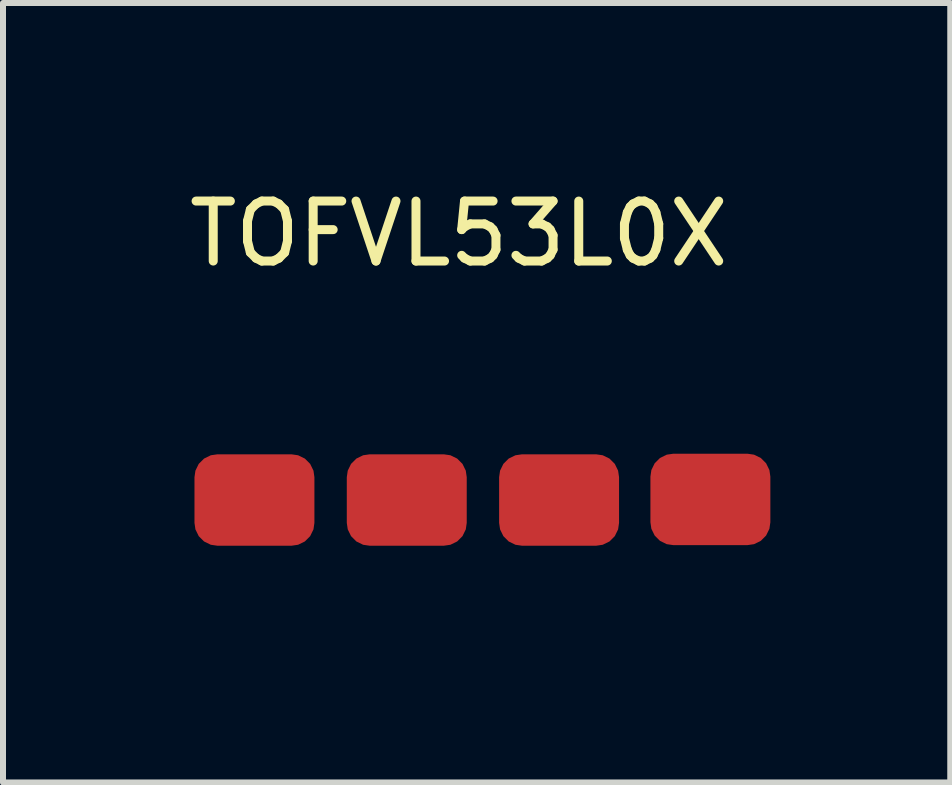
<source format=kicad_pcb>
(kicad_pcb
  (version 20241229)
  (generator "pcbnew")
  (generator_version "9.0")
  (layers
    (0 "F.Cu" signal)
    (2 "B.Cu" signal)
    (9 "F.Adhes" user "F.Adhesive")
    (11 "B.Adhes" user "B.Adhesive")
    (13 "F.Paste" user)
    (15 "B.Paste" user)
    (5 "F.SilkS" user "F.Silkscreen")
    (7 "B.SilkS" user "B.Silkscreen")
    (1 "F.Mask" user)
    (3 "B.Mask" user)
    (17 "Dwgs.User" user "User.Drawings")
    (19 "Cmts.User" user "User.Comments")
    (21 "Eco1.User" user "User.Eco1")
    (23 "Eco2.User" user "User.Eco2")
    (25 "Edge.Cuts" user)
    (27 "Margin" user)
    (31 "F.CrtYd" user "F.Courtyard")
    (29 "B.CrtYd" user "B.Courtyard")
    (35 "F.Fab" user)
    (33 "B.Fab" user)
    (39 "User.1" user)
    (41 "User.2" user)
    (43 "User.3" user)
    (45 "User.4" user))
  (footprint "TOFVL53L0X"
    (layer "F.Cu")
    (at 4.601 6.748)
    (property "Reference" "TOFVL53L0X" (at 0 -5.9 0) (unlocked yes) (layer "F.SilkS") (effects (font (size 1 1) (thickness 0.15))))
    (attr smd)
    (pad "1" smd roundrect (at 4.195 -1.47) (size 2 1.524) (layers "F.Cu" "F.Mask" "F.Paste") (roundrect_rratio 0.25))
    (pad "2" smd roundrect (at 1.672 -1.46) (size 2 1.524) (layers "F.Cu" "F.Mask" "F.Paste") (roundrect_rratio 0.25))
    (pad "3" smd roundrect (at -0.868 -1.46) (size 2 1.524) (layers "F.Cu" "F.Mask" "F.Paste") (roundrect_rratio 0.25))
    (pad "4" smd roundrect (at -3.408 -1.46) (size 2 1.524) (layers "F.Cu" "F.Mask" "F.Paste") (roundrect_rratio 0.25)))
  (gr_rect
    (start -3 -3)
    (end 12.796 9.998)
    (stroke (width 0.1) (type default))
    (fill no)
    (layer "Edge.Cuts")))
</source>
